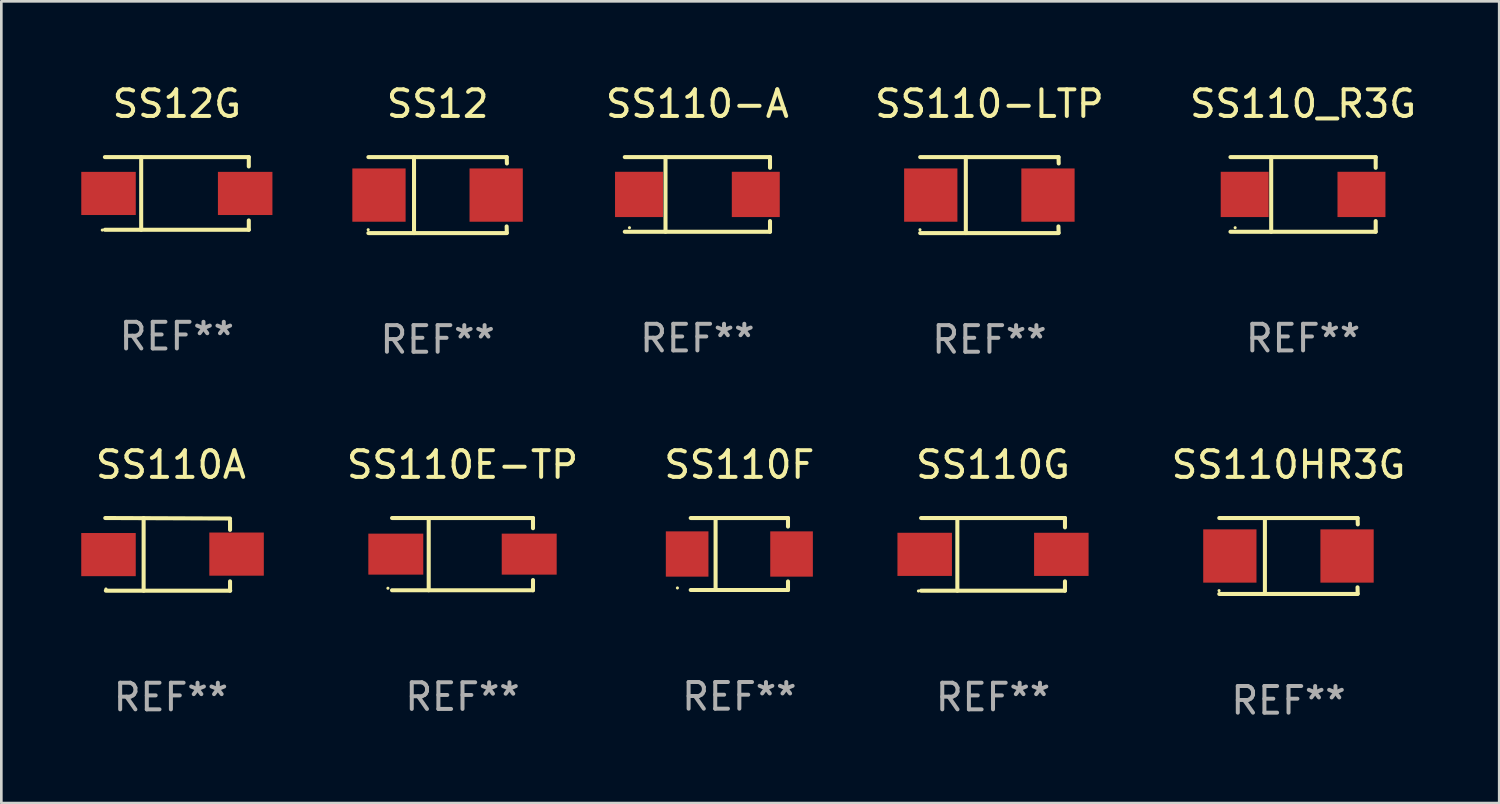
<source format=kicad_pcb>
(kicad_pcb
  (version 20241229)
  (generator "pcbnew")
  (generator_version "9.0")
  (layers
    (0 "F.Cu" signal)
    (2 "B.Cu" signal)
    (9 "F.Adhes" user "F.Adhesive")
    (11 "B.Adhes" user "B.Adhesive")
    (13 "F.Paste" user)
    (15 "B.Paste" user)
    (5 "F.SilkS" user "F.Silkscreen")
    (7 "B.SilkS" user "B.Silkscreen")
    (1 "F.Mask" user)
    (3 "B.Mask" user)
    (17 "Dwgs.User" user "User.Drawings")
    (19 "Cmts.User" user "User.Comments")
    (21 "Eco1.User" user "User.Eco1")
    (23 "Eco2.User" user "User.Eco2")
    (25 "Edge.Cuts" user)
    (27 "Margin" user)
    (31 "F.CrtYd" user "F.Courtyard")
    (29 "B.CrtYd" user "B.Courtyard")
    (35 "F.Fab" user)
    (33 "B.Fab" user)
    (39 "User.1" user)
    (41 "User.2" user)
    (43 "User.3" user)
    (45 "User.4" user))
  (footprint "SS110E-TP"
    (layer "F.Cu")
    (at 14.313 17.753)
    (property "Reference" "SS110E-TP" (at 0 -3.356 0) (layer "F.SilkS") (effects (font (size 1 1) (thickness 0.15))))
    (attr through_hole)
    (fp_line (start -2.646 -1.356) (end 2.646 -1.356) (stroke (width 0.152) (type solid)) (layer "F.SilkS"))
    (fp_line (start -2.646 1.356) (end 2.646 1.356) (stroke (width 0.152) (type solid)) (layer "F.SilkS"))
    (fp_line (start -1.269 -1.356) (end -1.269 1.356) (stroke (width 0.152) (type solid)) (layer "F.SilkS"))
    (fp_line (start 2.646 -1.356) (end 2.646 -0.973) (stroke (width 0.152) (type solid)) (layer "F.SilkS"))
    (fp_line (start 2.646 1.356) (end 2.646 0.973) (stroke (width 0.152) (type solid)) (layer "F.SilkS"))
    (fp_circle (center -2.8 1.28) (end -2.77 1.28) (stroke (width 0.06) (type solid)) (fill no) (layer "F.SilkS"))
    (fp_text user "REF**" (at 0 5.356 0) (layer "F.Fab") (effects (font (size 1 1) (thickness 0.15))))
    (pad "1" smd rect (at 2.504 0) (size 2.063 1.539) (layers "F.Cu" "F.Mask" "F.Paste"))
    (pad "2" smd rect (at -2.504 0) (size 2.063 1.539) (layers "F.Cu" "F.Mask" "F.Paste")))
  (footprint "SS110HR3G"
    (layer "F.Cu")
    (at 45.323 17.823)
    (property "Reference" "SS110HR3G" (at 0 -3.426 0) (layer "F.SilkS") (effects (font (size 1 1) (thickness 0.15))))
    (attr through_hole)
    (fp_line (start -2.6 -1.426) (end 2.593 -1.426) (stroke (width 0.152) (type solid)) (layer "F.SilkS"))
    (fp_line (start -2.6 1.426) (end 2.593 1.426) (stroke (width 0.152) (type solid)) (layer "F.SilkS"))
    (fp_line (start -0.887 -1.426) (end -0.887 1.426) (stroke (width 0.152) (type solid)) (layer "F.SilkS"))
    (fp_line (start 2.59 1.176) (end 2.597 1.415) (stroke (width 0.152) (type solid)) (layer "F.SilkS"))
    (fp_line (start 2.593 -1.426) (end 2.6 -1.187) (stroke (width 0.152) (type solid)) (layer "F.SilkS"))
    (fp_circle (center -2.608 1.3) (end -2.578 1.3) (stroke (width 0.06) (type solid)) (fill no) (layer "F.SilkS"))
    (fp_text user "REF**" (at 0 5.426 0) (layer "F.Fab") (effects (font (size 1 1) (thickness 0.15))))
    (pad "1" smd rect (at -2.203 0 180) (size 2 2) (layers "F.Cu" "F.Mask" "F.Paste"))
    (pad "2" smd rect (at 2.197 0 180) (size 2 2) (layers "F.Cu" "F.Mask" "F.Paste")))
  (footprint "SS110G"
    (layer "F.Cu")
    (at 34.229 17.761)
    (property "Reference" "SS110G" (at 0 -3.364 0) (layer "F.SilkS") (effects (font (size 1 1) (thickness 0.15))))
    (attr through_hole)
    (fp_line (start -2.701 -1.364) (end 2.701 -1.364) (stroke (width 0.152) (type solid)) (layer "F.SilkS"))
    (fp_line (start -2.701 1.364) (end 2.701 1.364) (stroke (width 0.152) (type solid)) (layer "F.SilkS"))
    (fp_line (start -1.339 -1.364) (end -1.339 1.364) (stroke (width 0.152) (type solid)) (layer "F.SilkS"))
    (fp_line (start 2.701 -1.364) (end 2.701 -1.013) (stroke (width 0.152) (type solid)) (layer "F.SilkS"))
    (fp_line (start 2.701 1.364) (end 2.701 1.013) (stroke (width 0.152) (type solid)) (layer "F.SilkS"))
    (fp_circle (center -2.8 1.375) (end -2.77 1.375) (stroke (width 0.06) (type solid)) (fill no) (layer "F.SilkS"))
    (fp_text user "REF**" (at 0 5.364 0) (layer "F.Fab") (effects (font (size 1 1) (thickness 0.15))))
    (pad "1" smd rect (at -2.565 -0.000025) (size 2.046 1.62) (layers "F.Cu" "F.Mask" "F.Paste"))
    (pad "2" smd rect (at 2.565 -0.000025) (size 2.046 1.62) (layers "F.Cu" "F.Mask" "F.Paste")))
  (footprint "SS12G"
    (layer "F.Cu")
    (at 3.589 4.212)
    (property "Reference" "SS12G" (at 0 -3.364 0) (layer "F.SilkS") (effects (font (size 1 1) (thickness 0.15))))
    (attr through_hole)
    (fp_line (start -2.701 -1.364) (end 2.701 -1.364) (stroke (width 0.152) (type solid)) (layer "F.SilkS"))
    (fp_line (start -2.701 1.364) (end 2.701 1.364) (stroke (width 0.152) (type solid)) (layer "F.SilkS"))
    (fp_line (start -1.339 -1.364) (end -1.339 1.364) (stroke (width 0.152) (type solid)) (layer "F.SilkS"))
    (fp_line (start 2.701 -1.364) (end 2.701 -1.013) (stroke (width 0.152) (type solid)) (layer "F.SilkS"))
    (fp_line (start 2.701 1.364) (end 2.701 1.013) (stroke (width 0.152) (type solid)) (layer "F.SilkS"))
    (fp_circle (center -2.8 1.375) (end -2.77 1.375) (stroke (width 0.06) (type solid)) (fill no) (layer "F.SilkS"))
    (fp_text user "REF**" (at 0 5.364 0) (layer "F.Fab") (effects (font (size 1 1) (thickness 0.15))))
    (pad "1" smd rect (at -2.565 -0.000025) (size 2.046 1.62) (layers "F.Cu" "F.Mask" "F.Paste"))
    (pad "2" smd rect (at 2.565 -0.000025) (size 2.046 1.62) (layers "F.Cu" "F.Mask" "F.Paste")))
  (footprint "SS110_R3G"
    (layer "F.Cu")
    (at 45.869 4.249)
    (property "Reference" "SS110_R3G" (at 0 -3.401 0) (layer "F.SilkS") (effects (font (size 1 1) (thickness 0.15))))
    (attr through_hole)
    (fp_line (start -2.726 -1.401) (end 2.726 -1.401) (stroke (width 0.152) (type solid)) (layer "F.SilkS"))
    (fp_line (start -2.726 1.401) (end 2.726 1.401) (stroke (width 0.152) (type solid)) (layer "F.SilkS"))
    (fp_line (start -1.197 -1.401) (end -1.197 1.401) (stroke (width 0.152) (type solid)) (layer "F.SilkS"))
    (fp_line (start 2.726 -1.401) (end 2.726 -1) (stroke (width 0.152) (type solid)) (layer "F.SilkS"))
    (fp_line (start 2.726 1.401) (end 2.726 1) (stroke (width 0.152) (type solid)) (layer "F.SilkS"))
    (fp_circle (center -2.55 1.25) (end -2.52 1.25) (stroke (width 0.06) (type solid)) (fill no) (layer "F.SilkS"))
    (fp_text user "REF**" (at 0 5.401 0) (layer "F.Fab") (effects (font (size 1 1) (thickness 0.15))))
    (pad "1" smd rect (at -2.192 0) (size 1.8 1.7) (layers "F.Cu" "F.Mask" "F.Paste"))
    (pad "2" smd rect (at 2.192 0) (size 1.8 1.7) (layers "F.Cu" "F.Mask" "F.Paste")))
  (footprint "SS110A"
    (layer "F.Cu")
    (at 3.366 17.761)
    (property "Reference" "SS110A" (at 0 -3.364 0) (layer "F.SilkS") (effects (font (size 1 1) (thickness 0.15))))
    (attr through_hole)
    (fp_line (start -2.465 -1.364) (end 2.22 -1.346) (stroke (width 0.152) (type solid)) (layer "F.SilkS"))
    (fp_line (start -2.442 1.364) (end 2.226 1.364) (stroke (width 0.152) (type solid)) (layer "F.SilkS"))
    (fp_line (start -1.024 -1.364) (end -1.024 1.364) (stroke (width 0.152) (type solid)) (layer "F.SilkS"))
    (fp_line (start 2.22 -1.27) (end 2.22 -0.919) (stroke (width 0.152) (type solid)) (layer "F.SilkS"))
    (fp_line (start 2.22 1.364) (end 2.22 1.013) (stroke (width 0.152) (type solid)) (layer "F.SilkS"))
    (fp_circle (center -2.439 1.3) (end -2.409 1.3) (stroke (width 0.06) (type solid)) (fill no) (layer "F.SilkS"))
    (fp_text user "REF**" (at 0 5.364 0) (layer "F.Fab") (effects (font (size 1 1) (thickness 0.15))))
    (pad "1" smd rect (at -2.343 0.009) (size 2.046 1.62) (layers "F.Cu" "F.Mask" "F.Paste"))
    (pad "2" smd rect (at 2.465 -0.009 180) (size 2.046 1.62) (layers "F.Cu" "F.Mask" "F.Paste")))
  (footprint "SS110F"
    (layer "F.Cu")
    (at 24.706 17.748)
    (property "Reference" "SS110F" (at 0 -3.351 0) (layer "F.SilkS") (effects (font (size 1 1) (thickness 0.15))))
    (attr through_hole)
    (fp_line (start -1.826 -1.351) (end 1.826 -1.351) (stroke (width 0.152) (type solid)) (layer "F.SilkS"))
    (fp_line (start -1.826 1.351) (end 1.826 1.351) (stroke (width 0.152) (type solid)) (layer "F.SilkS"))
    (fp_line (start -0.892 -1.351) (end -0.892 1.351) (stroke (width 0.152) (type solid)) (layer "F.SilkS"))
    (fp_line (start 1.826 -1.351) (end 1.826 -1.03) (stroke (width 0.152) (type solid)) (layer "F.SilkS"))
    (fp_line (start 1.826 1.03) (end 1.826 1.351) (stroke (width 0.152) (type solid)) (layer "F.SilkS"))
    (fp_circle (center -2.325 1.275) (end -2.295 1.275) (stroke (width 0.06) (type solid)) (fill no) (layer "F.SilkS"))
    (fp_text user "REF**" (at 0 5.351 0) (layer "F.Fab") (effects (font (size 1 1) (thickness 0.15))))
    (pad "1" smd rect (at -1.96 0 180) (size 1.6 1.7) (layers "F.Cu" "F.Mask" "F.Paste"))
    (pad "2" smd rect (at 1.96 0 180) (size 1.6 1.7) (layers "F.Cu" "F.Mask" "F.Paste")))
  (footprint "SS12"
    (layer "F.Cu")
    (at 13.38 4.274)
    (property "Reference" "SS12" (at 0 -3.426 0) (layer "F.SilkS") (effects (font (size 1 1) (thickness 0.15))))
    (attr through_hole)
    (fp_line (start -2.6 -1.426) (end 2.593 -1.426) (stroke (width 0.152) (type solid)) (layer "F.SilkS"))
    (fp_line (start -2.6 1.426) (end 2.593 1.426) (stroke (width 0.152) (type solid)) (layer "F.SilkS"))
    (fp_line (start -0.887 -1.426) (end -0.887 1.426) (stroke (width 0.152) (type solid)) (layer "F.SilkS"))
    (fp_line (start 2.59 1.176) (end 2.597 1.415) (stroke (width 0.152) (type solid)) (layer "F.SilkS"))
    (fp_line (start 2.593 -1.426) (end 2.6 -1.187) (stroke (width 0.152) (type solid)) (layer "F.SilkS"))
    (fp_circle (center -2.608 1.3) (end -2.578 1.3) (stroke (width 0.06) (type solid)) (fill no) (layer "F.SilkS"))
    (fp_text user "REF**" (at 0 5.426 0) (layer "F.Fab") (effects (font (size 1 1) (thickness 0.15))))
    (pad "1" smd rect (at -2.203 0 180) (size 2 2) (layers "F.Cu" "F.Mask" "F.Paste"))
    (pad "2" smd rect (at 2.197 0 180) (size 2 2) (layers "F.Cu" "F.Mask" "F.Paste")))
  (footprint "SS110-A"
    (layer "F.Cu")
    (at 23.131 4.249)
    (property "Reference" "SS110-A" (at 0 -3.401 0) (layer "F.SilkS") (effects (font (size 1 1) (thickness 0.15))))
    (attr through_hole)
    (fp_line (start -2.726 -1.401) (end 2.726 -1.401) (stroke (width 0.152) (type solid)) (layer "F.SilkS"))
    (fp_line (start -2.726 1.401) (end 2.726 1.401) (stroke (width 0.152) (type solid)) (layer "F.SilkS"))
    (fp_line (start -1.197 -1.401) (end -1.197 1.401) (stroke (width 0.152) (type solid)) (layer "F.SilkS"))
    (fp_line (start 2.726 -1.401) (end 2.726 -1) (stroke (width 0.152) (type solid)) (layer "F.SilkS"))
    (fp_line (start 2.726 1.401) (end 2.726 1) (stroke (width 0.152) (type solid)) (layer "F.SilkS"))
    (fp_circle (center -2.55 1.25) (end -2.52 1.25) (stroke (width 0.06) (type solid)) (fill no) (layer "F.SilkS"))
    (fp_text user "REF**" (at 0 5.401 0) (layer "F.Fab") (effects (font (size 1 1) (thickness 0.15))))
    (pad "1" smd rect (at -2.192 0) (size 1.8 1.7) (layers "F.Cu" "F.Mask" "F.Paste"))
    (pad "2" smd rect (at 2.192 0) (size 1.8 1.7) (layers "F.Cu" "F.Mask" "F.Paste")))
  (footprint "SS110-LTP"
    (layer "F.Cu")
    (at 34.095 4.274)
    (property "Reference" "SS110-LTP" (at 0 -3.426 0) (layer "F.SilkS") (effects (font (size 1 1) (thickness 0.15))))
    (attr through_hole)
    (fp_line (start -2.6 -1.426) (end 2.593 -1.426) (stroke (width 0.152) (type solid)) (layer "F.SilkS"))
    (fp_line (start -2.6 1.426) (end 2.593 1.426) (stroke (width 0.152) (type solid)) (layer "F.SilkS"))
    (fp_line (start -0.887 -1.426) (end -0.887 1.426) (stroke (width 0.152) (type solid)) (layer "F.SilkS"))
    (fp_line (start 2.59 1.176) (end 2.597 1.415) (stroke (width 0.152) (type solid)) (layer "F.SilkS"))
    (fp_line (start 2.593 -1.426) (end 2.6 -1.187) (stroke (width 0.152) (type solid)) (layer "F.SilkS"))
    (fp_circle (center -2.608 1.3) (end -2.578 1.3) (stroke (width 0.06) (type solid)) (fill no) (layer "F.SilkS"))
    (fp_text user "REF**" (at 0 5.426 0) (layer "F.Fab") (effects (font (size 1 1) (thickness 0.15))))
    (pad "1" smd rect (at -2.203 0 180) (size 2 2) (layers "F.Cu" "F.Mask" "F.Paste"))
    (pad "2" smd rect (at 2.197 0 180) (size 2 2) (layers "F.Cu" "F.Mask" "F.Paste")))
  (gr_rect
    (start -3 -3)
    (end 53.232 27.098)
    (stroke (width 0.1) (type default))
    (fill no)
    (layer "Edge.Cuts")))
</source>
